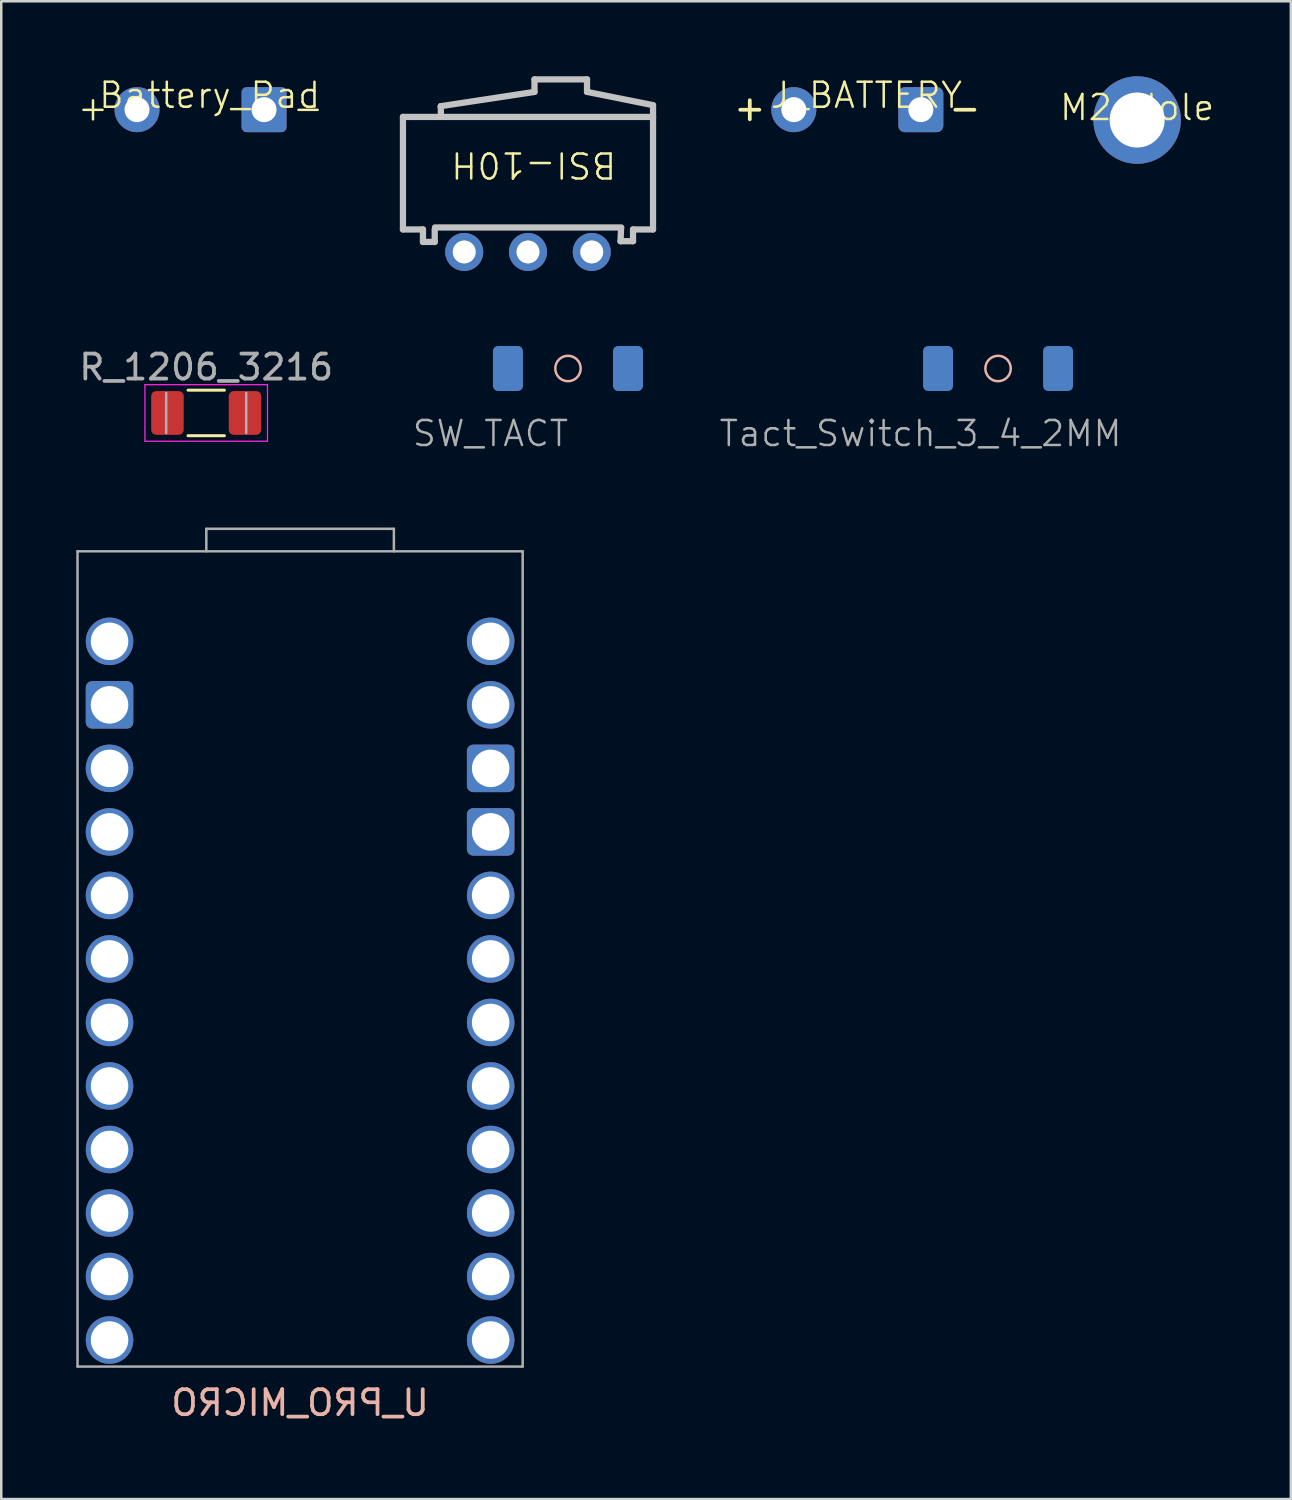
<source format=kicad_pcb>
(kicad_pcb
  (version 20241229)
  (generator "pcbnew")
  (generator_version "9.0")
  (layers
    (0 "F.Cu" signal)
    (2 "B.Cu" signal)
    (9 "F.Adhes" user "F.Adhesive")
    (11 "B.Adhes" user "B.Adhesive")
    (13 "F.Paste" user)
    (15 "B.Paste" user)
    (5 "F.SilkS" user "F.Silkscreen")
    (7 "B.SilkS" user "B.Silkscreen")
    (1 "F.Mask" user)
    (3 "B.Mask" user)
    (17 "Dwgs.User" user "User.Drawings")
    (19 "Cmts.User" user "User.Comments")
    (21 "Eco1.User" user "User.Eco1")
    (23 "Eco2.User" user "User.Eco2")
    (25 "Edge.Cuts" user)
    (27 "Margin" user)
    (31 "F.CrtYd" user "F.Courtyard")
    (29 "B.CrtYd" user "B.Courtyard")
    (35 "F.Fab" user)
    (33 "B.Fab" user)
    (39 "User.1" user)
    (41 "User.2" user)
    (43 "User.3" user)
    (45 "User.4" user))
  (footprint "Tact_Switch_3_4_2MM"
    (layer "F.Cu")
    (at 36.86 11.685)
    (property "Reference" "Tact_Switch_3_4_2MM" (at -3.1 2.6 0) (unlocked yes) (layer "F.Fab") (effects (font (size 1 1) (thickness 0.1))))
    (attr smd)
    (fp_circle (center 0 0) (end 0.3 0.41) (stroke (width 0.1) (type solid)) (fill no) (layer "B.SilkS"))
    (pad "1" smd roundrect (at -2.4 0) (size 1.2 1.8) (layers "B.Cu" "B.Mask" "B.Paste") (roundrect_rratio 0.167))
    (pad "2" smd roundrect (at 2.4 0) (size 1.2 1.8) (layers "B.Cu" "B.Mask" "B.Paste") (roundrect_rratio 0.167)))
  (footprint "SW_TACT"
    (layer "F.Cu")
    (at 19.662 11.685)
    (property "Reference" "SW_TACT" (at -3.1 2.6 0) (unlocked yes) (layer "F.Fab") (effects (font (size 1 1) (thickness 0.1))))
    (attr smd)
    (fp_circle (center 0 0) (end 0.3 0.41) (stroke (width 0.1) (type solid)) (fill no) (layer "B.SilkS"))
    (pad "1" smd roundrect (at -2.4 0) (size 1.2 1.8) (layers "B.Cu" "B.Mask" "B.Paste") (roundrect_rratio 0.167))
    (pad "2" smd roundrect (at 2.4 0) (size 1.2 1.8) (layers "B.Cu" "B.Mask" "B.Paste") (roundrect_rratio 0.167)))
  (footprint "U_PRO_MICRO"
    (layer "F.Cu")
    (at 8.95 35.295)
    (property "Reference" "U_PRO_MICRO" (at 0 17.75 0) (layer "B.SilkS") (effects (font (size 1 1) (thickness 0.15)) (justify mirror)))
    (fp_line (start -8.9 -16.3) (end -8.9 16.3) (stroke (width 0.1) (type solid)) (layer "F.Fab"))
    (fp_line (start -8.9 -16.3) (end 8.9 -16.3) (stroke (width 0.1) (type solid)) (layer "F.Fab"))
    (fp_line (start -8.9 16.3) (end 8.9 16.3) (stroke (width 0.1) (type solid)) (layer "F.Fab"))
    (fp_line (start -3.75 -17.2) (end -3.75 -16.3) (stroke (width 0.1) (type solid)) (layer "F.Fab"))
    (fp_line (start 3.75 -17.2) (end -3.75 -17.2) (stroke (width 0.1) (type default)) (layer "F.Fab"))
    (fp_line (start 3.75 -17.2) (end 3.75 -16.3) (stroke (width 0.1) (type solid)) (layer "F.Fab"))
    (fp_line (start 8.9 -16.3) (end 8.9 16.3) (stroke (width 0.1) (type solid)) (layer "F.Fab"))
    (pad "1" thru_hole oval (at 7.62 -12.7) (size 1.9 1.9) (drill 1.5) (layers "*.Cu" "*.Paste" "*.Mask"))
    (pad "2" thru_hole oval (at 7.62 -10.16) (size 1.9 1.9) (drill 1.5) (layers "*.Cu" "*.Paste" "*.Mask"))
    (pad "3" thru_hole roundrect (at 7.62 -7.62) (size 1.9 1.9) (drill 1.5) (layers "*.Cu" "*.Paste" "*.Mask") (roundrect_rratio 0.132))
    (pad "4" thru_hole roundrect (at 7.62 -5.08) (size 1.9 1.9) (drill 1.5) (layers "*.Cu" "*.Paste" "*.Mask") (roundrect_rratio 0.132))
    (pad "5" thru_hole oval (at 7.62 -2.54) (size 1.9 1.9) (drill 1.5) (layers "*.Cu" "*.Paste" "*.Mask"))
    (pad "6" thru_hole oval (at 7.62 0) (size 1.9 1.9) (drill 1.5) (layers "*.Cu" "*.Paste" "*.Mask"))
    (pad "7" thru_hole oval (at 7.62 2.54) (size 1.9 1.9) (drill 1.5) (layers "*.Cu" "*.Paste" "*.Mask"))
    (pad "8" thru_hole oval (at 7.62 5.08) (size 1.9 1.9) (drill 1.5) (layers "*.Cu" "*.Paste" "*.Mask"))
    (pad "9" thru_hole oval (at 7.62 7.62) (size 1.9 1.9) (drill 1.5) (layers "*.Cu" "*.Paste" "*.Mask"))
    (pad "10" thru_hole oval (at 7.62 10.16) (size 1.9 1.9) (drill 1.5) (layers "*.Cu" "*.Paste" "*.Mask"))
    (pad "11" thru_hole oval (at 7.62 12.7) (size 1.9 1.9) (drill 1.5) (layers "*.Cu" "*.Paste" "*.Mask"))
    (pad "12" thru_hole oval (at 7.62 15.24) (size 1.9 1.9) (drill 1.5) (layers "*.Cu" "*.Paste" "*.Mask"))
    (pad "13" thru_hole oval (at -7.62 15.24) (size 1.9 1.9) (drill 1.5) (layers "*.Cu" "*.Paste" "*.Mask"))
    (pad "14" thru_hole oval (at -7.62 12.7) (size 1.9 1.9) (drill 1.5) (layers "*.Cu" "*.Paste" "*.Mask"))
    (pad "15" thru_hole oval (at -7.62 10.16) (size 1.9 1.9) (drill 1.5) (layers "*.Cu" "*.Paste" "*.Mask"))
    (pad "16" thru_hole oval (at -7.62 7.62) (size 1.9 1.9) (drill 1.5) (layers "*.Cu" "*.Paste" "*.Mask"))
    (pad "17" thru_hole oval (at -7.62 5.08) (size 1.9 1.9) (drill 1.5) (layers "*.Cu" "*.Paste" "*.Mask"))
    (pad "18" thru_hole oval (at -7.62 2.54) (size 1.9 1.9) (drill 1.5) (layers "*.Cu" "*.Paste" "*.Mask"))
    (pad "19" thru_hole oval (at -7.62 0) (size 1.9 1.9) (drill 1.5) (layers "*.Cu" "*.Paste" "*.Mask"))
    (pad "20" thru_hole oval (at -7.62 -2.54) (size 1.9 1.9) (drill 1.5) (layers "*.Cu" "*.Paste" "*.Mask"))
    (pad "21" thru_hole oval (at -7.62 -5.08) (size 1.9 1.9) (drill 1.5) (layers "*.Cu" "*.Paste" "*.Mask"))
    (pad "22" thru_hole oval (at -7.62 -7.62) (size 1.9 1.9) (drill 1.5) (layers "*.Cu" "*.Paste" "*.Mask"))
    (pad "23" thru_hole roundrect (at -7.62 -10.16) (size 1.9 1.9) (drill 1.5) (layers "*.Cu" "*.Paste" "*.Mask") (roundrect_rratio 0.132))
    (pad "24" thru_hole oval (at -7.62 -12.7) (size 1.9 1.9) (drill 1.5) (layers "*.Cu" "*.Paste" "*.Mask")))
  (footprint "R_1206_3216"
    (layer "F.Cu")
    (at 5.196 13.463)
    (property "Reference" "R_1206_3216" (at 0 -1.83 0) (layer "F.Fab") (effects (font (size 1 1) (thickness 0.15))))
    (attr smd)
    (fp_line (start -0.727 -0.91) (end 0.727 -0.91) (stroke (width 0.12) (type solid)) (layer "F.SilkS"))
    (fp_line (start -0.727 0.91) (end 0.727 0.91) (stroke (width 0.12) (type solid)) (layer "F.SilkS"))
    (fp_line (start -2.45 -1.13) (end 2.45 -1.13) (stroke (width 0.05) (type solid)) (layer "F.CrtYd"))
    (fp_line (start -2.45 1.13) (end -2.45 -1.13) (stroke (width 0.05) (type solid)) (layer "F.CrtYd"))
    (fp_line (start 2.45 -1.13) (end 2.45 1.13) (stroke (width 0.05) (type solid)) (layer "F.CrtYd"))
    (fp_line (start 2.45 1.13) (end -2.45 1.13) (stroke (width 0.05) (type solid)) (layer "F.CrtYd"))
    (fp_line (start -1.6 0.8) (end -1.6 -0.8) (stroke (width 0.1) (type solid)) (layer "F.Fab"))
    (fp_line (start 1.6 -0.8) (end 1.6 0.8) (stroke (width 0.1) (type solid)) (layer "F.Fab"))
    (pad "1" smd roundrect (at -1.55 0) (size 1.3 1.75) (layers "F.Cu" "F.Mask" "F.Paste") (roundrect_rratio 0.154))
    (pad "2" smd roundrect (at 1.55 0) (size 1.3 1.75) (layers "F.Cu" "F.Mask" "F.Paste") (roundrect_rratio 0.154)))
  (footprint "BSI-10H"
    (layer "F.Cu")
    (at 18.293 4.045)
    (property "Reference" "BSI-10H" (at 0 -0.5 180) (unlocked yes) (layer "F.SilkS") (effects (font (size 1 1) (thickness 0.1))))
    (attr smd)
    (fp_line (start -5.23 -2.42) (end 4.77 -2.42) (stroke (width 0.25) (type solid)) (layer "Dwgs.User"))
    (fp_line (start -5.23 2.08) (end -5.23 -2.42) (stroke (width 0.25) (type solid)) (layer "Dwgs.User"))
    (fp_line (start -5.23 2.08) (end -4.43 2.08) (stroke (width 0.25) (type solid)) (layer "Dwgs.User"))
    (fp_line (start -4.43 2.08) (end -4.43 2.58) (stroke (width 0.25) (type solid)) (layer "Dwgs.User"))
    (fp_line (start -4.43 2.58) (end -3.96 2.58) (stroke (width 0.25) (type solid)) (layer "Dwgs.User"))
    (fp_line (start -3.96 2.58) (end -3.96 2.08) (stroke (width 0.25) (type solid)) (layer "Dwgs.User"))
    (fp_line (start -3.95 2) (end 3.5 2) (stroke (width 0.25) (type solid)) (layer "Dwgs.User"))
    (fp_line (start -3.72 -2.85) (end 0.03 -3.42) (stroke (width 0.25) (type solid)) (layer "Dwgs.User"))
    (fp_line (start -3.71 -2.42) (end -3.72 -2.85) (stroke (width 0.25) (type solid)) (layer "Dwgs.User"))
    (fp_line (start 0.03 -3.92) (end 0.03 -3.42) (stroke (width 0.25) (type solid)) (layer "Dwgs.User"))
    (fp_line (start 0.03 -3.92) (end 2.13 -3.92) (stroke (width 0.25) (type solid)) (layer "Dwgs.User"))
    (fp_line (start 2.13 -3.92) (end 2.13 -3.42) (stroke (width 0.25) (type solid)) (layer "Dwgs.User"))
    (fp_line (start 3.47 2.55) (end 3.97 2.55) (stroke (width 0.25) (type solid)) (layer "Dwgs.User"))
    (fp_line (start 3.49 2.08) (end 3.47 2.55) (stroke (width 0.25) (type solid)) (layer "Dwgs.User"))
    (fp_line (start 3.97 2.55) (end 3.97 2.08) (stroke (width 0.25) (type solid)) (layer "Dwgs.User"))
    (fp_line (start 4.77 -2.89) (end 2.13 -3.42) (stroke (width 0.25) (type solid)) (layer "Dwgs.User"))
    (fp_line (start 4.77 -2.42) (end 4.77 -2.89) (stroke (width 0.25) (type solid)) (layer "Dwgs.User"))
    (fp_line (start 4.77 2.08) (end 3.97 2.08) (stroke (width 0.25) (type solid)) (layer "Dwgs.User"))
    (fp_line (start 4.77 2.08) (end 4.77 -2.42) (stroke (width 0.25) (type solid)) (layer "Dwgs.User"))
    (fp_circle (center -2.78 2.98) (end -2.93 2.98) (stroke (width 0.31) (type solid)) (fill no) (layer "F.Fab"))
    (fp_circle (center -0.23 2.98) (end -0.38 2.98) (stroke (width 0.31) (type solid)) (fill no) (layer "F.Fab"))
    (fp_circle (center 2.32 2.98) (end 2.17 2.98) (stroke (width 0.31) (type solid)) (fill no) (layer "F.Fab"))
    (pad "1" thru_hole circle (at 2.32 2.98) (size 1.52 1.52) (drill 0.914) (layers "*.Cu" "*.Mask"))
    (pad "2" thru_hole circle (at -0.23 2.98) (size 1.52 1.52) (drill 0.914) (layers "*.Cu" "*.Mask"))
    (pad "3" thru_hole circle (at -2.78 2.98) (size 1.52 1.52) (drill 0.914) (layers "*.Cu" "*.Mask")))
  (footprint "J_BATTERY"
    (layer "F.Cu")
    (at 31.232 1.335)
    (property "Reference" "J_BATTERY" (at 0.365 -0.575 0) (unlocked yes) (layer "F.SilkS") (effects (font (size 1 1) (thickness 0.1))))
    (attr through_hole)
    (fp_text user "+" (at -4.3 -0.07 0) (unlocked yes) (layer "F.SilkS") (effects (font (size 1 1) (thickness 0.15))))
    (fp_text user "-" (at 4.3 -0.07 0) (unlocked yes) (layer "F.SilkS") (effects (font (size 1 1) (thickness 0.15))))
    (pad "1" thru_hole oval (at -2.54 0) (size 1.8 1.8) (drill 1) (layers "*.Cu" "*.Paste" "*.Mask"))
    (pad "2" thru_hole roundrect (at 2.54 0 90) (size 1.8 1.8) (drill 1) (layers "*.Cu" "*.Paste" "*.Mask") (roundrect_rratio 0.139)))
  (footprint "M2 Hole"
    (layer "F.Cu")
    (at 42.421 1.75)
    (property "Reference" "M2 Hole" (at 0 -0.5 0) (unlocked yes) (layer "F.SilkS") (effects (font (size 1 1) (thickness 0.1))))
    (attr smd)
    (pad "" thru_hole circle (at 0 0 180) (size 3.5 3.5) (drill 2.2) (layers "*.Cu" "*.Paste" "*.Mask")))
  (footprint "Battery_Pad"
    (layer "F.Cu")
    (at 4.969 1.335)
    (property "Reference" "Battery_Pad" (at 0.365 -0.575 0) (unlocked yes) (layer "F.SilkS") (effects (font (size 1 1) (thickness 0.1))))
    (attr through_hole)
    (fp_text user "-" (at 4.3 -0.07 0) (unlocked yes) (layer "F.SilkS") (effects (font (size 1 1) (thickness 0.1))))
    (fp_text user "+" (at -4.3 -0.07 0) (unlocked yes) (layer "F.SilkS") (effects (font (size 1 1) (thickness 0.1))))
    (pad "1" thru_hole circle (at -2.54 0) (size 1.8 1.8) (drill 1) (layers "*.Cu" "*.Paste" "*.Mask"))
    (pad "2" thru_hole roundrect (at 2.54 0 90) (size 1.8 1.8) (drill 1) (layers "*.Cu" "*.Paste" "*.Mask") (roundrect_rratio 0.111)))
  (gr_rect
    (start -3 -3)
    (end 48.567 56.894)
    (stroke (width 0.1) (type default))
    (fill no)
    (layer "Edge.Cuts")))
</source>
